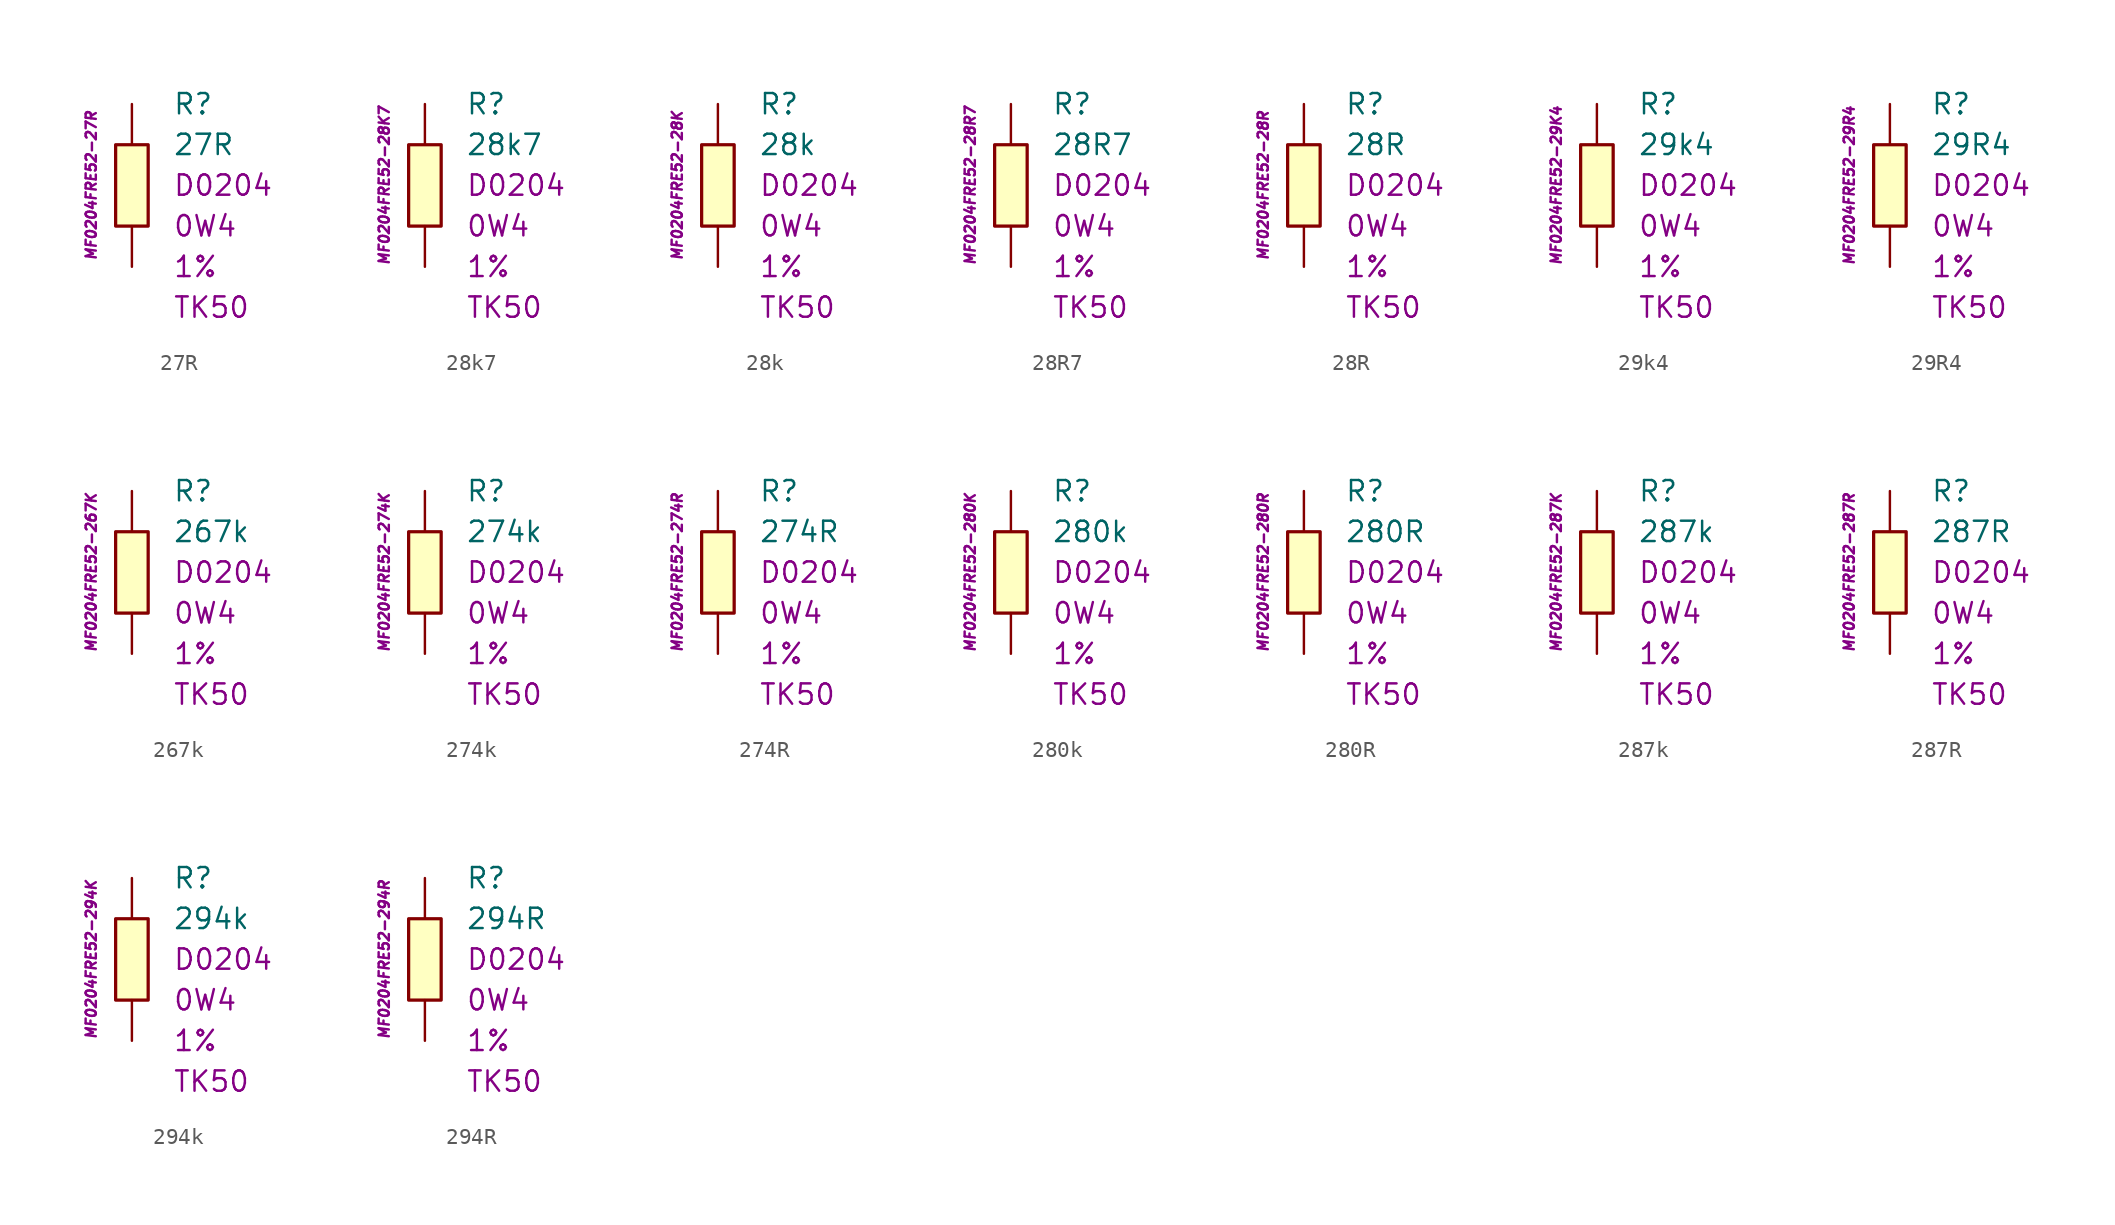
<source format=kicad_sym>
(kicad_symbol_lib
  (version 20201005)
  (generator kicad_symbol_editor)
  (symbol "27R"
    (pin_numbers hide)
    (pin_names
      (offset 1.016) hide)
    (property "Reference" "R"
      (at 2.54 5.08 0)
      (effects (font (size 1.27 1.27)) (justify left)))
    (property "Value" "27R"
      (at 2.54 2.54 0)
      (effects (font (size 1.27 1.27)) (justify left)))
    (property "Package" "D0204"
      (at 2.54 0 0)
      (effects (font (size 1.27 1.27)) (justify left)))
    (property "Power" "0W4"
      (at 2.54 -2.54 0)
      (effects (font (size 1.27 1.27)) (justify left)))
    (property "Tolerance" "1%"
      (at 2.54 -5.08 0)
      (effects (font (size 1.27 1.27)) (justify left)))
    (property "TK" "TK50"
      (at 2.54 -7.62 0)
      (effects (font (size 1.27 1.27)) (justify left)))
    (property "ID" "MF0204FRE52-27R"
      (at -2.54 0 90)
      (effects (font (size 0.635 0.635) italic)))
    (symbol "27R_0_1"
      (rectangle (start -1.016 2.54) (end 1.016 -2.54) (stroke (width 0.203)) (fill (type background))))
    (symbol "27R_1_1"
      (pin passive line (at 0 5.08 270) (length 2.54) (name "~" (effects (font (size 1.778 1.778)))) (number "1" (effects (font (size 1.778 1.778)))))
      (pin passive line (at 0 -5.08 90) (length 2.54) (name "~" (effects (font (size 1.778 1.778)))) (number "2" (effects (font (size 1.778 1.778)))))))
  (symbol "28k7"
    (pin_numbers hide)
    (pin_names
      (offset 1.016) hide)
    (property "Reference" "R"
      (at 2.54 5.08 0)
      (effects (font (size 1.27 1.27)) (justify left)))
    (property "Value" "28k7"
      (at 2.54 2.54 0)
      (effects (font (size 1.27 1.27)) (justify left)))
    (property "Package" "D0204"
      (at 2.54 0 0)
      (effects (font (size 1.27 1.27)) (justify left)))
    (property "Power" "0W4"
      (at 2.54 -2.54 0)
      (effects (font (size 1.27 1.27)) (justify left)))
    (property "Tolerance" "1%"
      (at 2.54 -5.08 0)
      (effects (font (size 1.27 1.27)) (justify left)))
    (property "TK" "TK50"
      (at 2.54 -7.62 0)
      (effects (font (size 1.27 1.27)) (justify left)))
    (property "ID" "MF0204FRE52-28K7"
      (at -2.54 0 90)
      (effects (font (size 0.635 0.635) italic)))
    (symbol "28k7_0_1"
      (rectangle (start -1.016 2.54) (end 1.016 -2.54) (stroke (width 0.203)) (fill (type background))))
    (symbol "28k7_1_1"
      (pin passive line (at 0 5.08 270) (length 2.54) (name "~" (effects (font (size 1.778 1.778)))) (number "1" (effects (font (size 1.778 1.778)))))
      (pin passive line (at 0 -5.08 90) (length 2.54) (name "~" (effects (font (size 1.778 1.778)))) (number "2" (effects (font (size 1.778 1.778)))))))
  (symbol "28k"
    (pin_numbers hide)
    (pin_names
      (offset 1.016) hide)
    (property "Reference" "R"
      (at 2.54 5.08 0)
      (effects (font (size 1.27 1.27)) (justify left)))
    (property "Value" "28k"
      (at 2.54 2.54 0)
      (effects (font (size 1.27 1.27)) (justify left)))
    (property "Package" "D0204"
      (at 2.54 0 0)
      (effects (font (size 1.27 1.27)) (justify left)))
    (property "Power" "0W4"
      (at 2.54 -2.54 0)
      (effects (font (size 1.27 1.27)) (justify left)))
    (property "Tolerance" "1%"
      (at 2.54 -5.08 0)
      (effects (font (size 1.27 1.27)) (justify left)))
    (property "TK" "TK50"
      (at 2.54 -7.62 0)
      (effects (font (size 1.27 1.27)) (justify left)))
    (property "ID" "MF0204FRE52-28K"
      (at -2.54 0 90)
      (effects (font (size 0.635 0.635) italic)))
    (symbol "28k_0_1"
      (rectangle (start -1.016 2.54) (end 1.016 -2.54) (stroke (width 0.203)) (fill (type background))))
    (symbol "28k_1_1"
      (pin passive line (at 0 5.08 270) (length 2.54) (name "~" (effects (font (size 1.778 1.778)))) (number "1" (effects (font (size 1.778 1.778)))))
      (pin passive line (at 0 -5.08 90) (length 2.54) (name "~" (effects (font (size 1.778 1.778)))) (number "2" (effects (font (size 1.778 1.778)))))))
  (symbol "28R7"
    (pin_numbers hide)
    (pin_names
      (offset 1.016) hide)
    (property "Reference" "R"
      (at 2.54 5.08 0)
      (effects (font (size 1.27 1.27)) (justify left)))
    (property "Value" "28R7"
      (at 2.54 2.54 0)
      (effects (font (size 1.27 1.27)) (justify left)))
    (property "Package" "D0204"
      (at 2.54 0 0)
      (effects (font (size 1.27 1.27)) (justify left)))
    (property "Power" "0W4"
      (at 2.54 -2.54 0)
      (effects (font (size 1.27 1.27)) (justify left)))
    (property "Tolerance" "1%"
      (at 2.54 -5.08 0)
      (effects (font (size 1.27 1.27)) (justify left)))
    (property "TK" "TK50"
      (at 2.54 -7.62 0)
      (effects (font (size 1.27 1.27)) (justify left)))
    (property "ID" "MF0204FRE52-28R7"
      (at -2.54 0 90)
      (effects (font (size 0.635 0.635) italic)))
    (symbol "28R7_0_1"
      (rectangle (start -1.016 2.54) (end 1.016 -2.54) (stroke (width 0.203)) (fill (type background))))
    (symbol "28R7_1_1"
      (pin passive line (at 0 5.08 270) (length 2.54) (name "~" (effects (font (size 1.778 1.778)))) (number "1" (effects (font (size 1.778 1.778)))))
      (pin passive line (at 0 -5.08 90) (length 2.54) (name "~" (effects (font (size 1.778 1.778)))) (number "2" (effects (font (size 1.778 1.778)))))))
  (symbol "28R"
    (pin_numbers hide)
    (pin_names
      (offset 1.016) hide)
    (property "Reference" "R"
      (at 2.54 5.08 0)
      (effects (font (size 1.27 1.27)) (justify left)))
    (property "Value" "28R"
      (at 2.54 2.54 0)
      (effects (font (size 1.27 1.27)) (justify left)))
    (property "Package" "D0204"
      (at 2.54 0 0)
      (effects (font (size 1.27 1.27)) (justify left)))
    (property "Power" "0W4"
      (at 2.54 -2.54 0)
      (effects (font (size 1.27 1.27)) (justify left)))
    (property "Tolerance" "1%"
      (at 2.54 -5.08 0)
      (effects (font (size 1.27 1.27)) (justify left)))
    (property "TK" "TK50"
      (at 2.54 -7.62 0)
      (effects (font (size 1.27 1.27)) (justify left)))
    (property "ID" "MF0204FRE52-28R"
      (at -2.54 0 90)
      (effects (font (size 0.635 0.635) italic)))
    (symbol "28R_0_1"
      (rectangle (start -1.016 2.54) (end 1.016 -2.54) (stroke (width 0.203)) (fill (type background))))
    (symbol "28R_1_1"
      (pin passive line (at 0 5.08 270) (length 2.54) (name "~" (effects (font (size 1.778 1.778)))) (number "1" (effects (font (size 1.778 1.778)))))
      (pin passive line (at 0 -5.08 90) (length 2.54) (name "~" (effects (font (size 1.778 1.778)))) (number "2" (effects (font (size 1.778 1.778)))))))
  (symbol "29k4"
    (pin_numbers hide)
    (pin_names
      (offset 1.016) hide)
    (property "Reference" "R"
      (at 2.54 5.08 0)
      (effects (font (size 1.27 1.27)) (justify left)))
    (property "Value" "29k4"
      (at 2.54 2.54 0)
      (effects (font (size 1.27 1.27)) (justify left)))
    (property "Package" "D0204"
      (at 2.54 0 0)
      (effects (font (size 1.27 1.27)) (justify left)))
    (property "Power" "0W4"
      (at 2.54 -2.54 0)
      (effects (font (size 1.27 1.27)) (justify left)))
    (property "Tolerance" "1%"
      (at 2.54 -5.08 0)
      (effects (font (size 1.27 1.27)) (justify left)))
    (property "TK" "TK50"
      (at 2.54 -7.62 0)
      (effects (font (size 1.27 1.27)) (justify left)))
    (property "ID" "MF0204FRE52-29K4"
      (at -2.54 0 90)
      (effects (font (size 0.635 0.635) italic)))
    (symbol "29k4_0_1"
      (rectangle (start -1.016 2.54) (end 1.016 -2.54) (stroke (width 0.203)) (fill (type background))))
    (symbol "29k4_1_1"
      (pin passive line (at 0 5.08 270) (length 2.54) (name "~" (effects (font (size 1.778 1.778)))) (number "1" (effects (font (size 1.778 1.778)))))
      (pin passive line (at 0 -5.08 90) (length 2.54) (name "~" (effects (font (size 1.778 1.778)))) (number "2" (effects (font (size 1.778 1.778)))))))
  (symbol "29R4"
    (pin_numbers hide)
    (pin_names
      (offset 1.016) hide)
    (property "Reference" "R"
      (at 2.54 5.08 0)
      (effects (font (size 1.27 1.27)) (justify left)))
    (property "Value" "29R4"
      (at 2.54 2.54 0)
      (effects (font (size 1.27 1.27)) (justify left)))
    (property "Package" "D0204"
      (at 2.54 0 0)
      (effects (font (size 1.27 1.27)) (justify left)))
    (property "Power" "0W4"
      (at 2.54 -2.54 0)
      (effects (font (size 1.27 1.27)) (justify left)))
    (property "Tolerance" "1%"
      (at 2.54 -5.08 0)
      (effects (font (size 1.27 1.27)) (justify left)))
    (property "TK" "TK50"
      (at 2.54 -7.62 0)
      (effects (font (size 1.27 1.27)) (justify left)))
    (property "ID" "MF0204FRE52-29R4"
      (at -2.54 0 90)
      (effects (font (size 0.635 0.635) italic)))
    (symbol "29R4_0_1"
      (rectangle (start -1.016 2.54) (end 1.016 -2.54) (stroke (width 0.203)) (fill (type background))))
    (symbol "29R4_1_1"
      (pin passive line (at 0 5.08 270) (length 2.54) (name "~" (effects (font (size 1.778 1.778)))) (number "1" (effects (font (size 1.778 1.778)))))
      (pin passive line (at 0 -5.08 90) (length 2.54) (name "~" (effects (font (size 1.778 1.778)))) (number "2" (effects (font (size 1.778 1.778)))))))
  (symbol "267k"
    (pin_numbers hide)
    (pin_names
      (offset 1.016) hide)
    (property "Reference" "R"
      (at 2.54 5.08 0)
      (effects (font (size 1.27 1.27)) (justify left)))
    (property "Value" "267k"
      (at 2.54 2.54 0)
      (effects (font (size 1.27 1.27)) (justify left)))
    (property "Package" "D0204"
      (at 2.54 0 0)
      (effects (font (size 1.27 1.27)) (justify left)))
    (property "Power" "0W4"
      (at 2.54 -2.54 0)
      (effects (font (size 1.27 1.27)) (justify left)))
    (property "Tolerance" "1%"
      (at 2.54 -5.08 0)
      (effects (font (size 1.27 1.27)) (justify left)))
    (property "TK" "TK50"
      (at 2.54 -7.62 0)
      (effects (font (size 1.27 1.27)) (justify left)))
    (property "ID" "MF0204FRE52-267K"
      (at -2.54 0 90)
      (effects (font (size 0.635 0.635) italic)))
    (symbol "267k_0_1"
      (rectangle (start -1.016 2.54) (end 1.016 -2.54) (stroke (width 0.203)) (fill (type background))))
    (symbol "267k_1_1"
      (pin passive line (at 0 5.08 270) (length 2.54) (name "~" (effects (font (size 1.778 1.778)))) (number "1" (effects (font (size 1.778 1.778)))))
      (pin passive line (at 0 -5.08 90) (length 2.54) (name "~" (effects (font (size 1.778 1.778)))) (number "2" (effects (font (size 1.778 1.778)))))))
  (symbol "274k"
    (pin_numbers hide)
    (pin_names
      (offset 1.016) hide)
    (property "Reference" "R"
      (at 2.54 5.08 0)
      (effects (font (size 1.27 1.27)) (justify left)))
    (property "Value" "274k"
      (at 2.54 2.54 0)
      (effects (font (size 1.27 1.27)) (justify left)))
    (property "Package" "D0204"
      (at 2.54 0 0)
      (effects (font (size 1.27 1.27)) (justify left)))
    (property "Power" "0W4"
      (at 2.54 -2.54 0)
      (effects (font (size 1.27 1.27)) (justify left)))
    (property "Tolerance" "1%"
      (at 2.54 -5.08 0)
      (effects (font (size 1.27 1.27)) (justify left)))
    (property "TK" "TK50"
      (at 2.54 -7.62 0)
      (effects (font (size 1.27 1.27)) (justify left)))
    (property "ID" "MF0204FRE52-274K"
      (at -2.54 0 90)
      (effects (font (size 0.635 0.635) italic)))
    (symbol "274k_0_1"
      (rectangle (start -1.016 2.54) (end 1.016 -2.54) (stroke (width 0.203)) (fill (type background))))
    (symbol "274k_1_1"
      (pin passive line (at 0 5.08 270) (length 2.54) (name "~" (effects (font (size 1.778 1.778)))) (number "1" (effects (font (size 1.778 1.778)))))
      (pin passive line (at 0 -5.08 90) (length 2.54) (name "~" (effects (font (size 1.778 1.778)))) (number "2" (effects (font (size 1.778 1.778)))))))
  (symbol "274R"
    (pin_numbers hide)
    (pin_names
      (offset 1.016) hide)
    (property "Reference" "R"
      (at 2.54 5.08 0)
      (effects (font (size 1.27 1.27)) (justify left)))
    (property "Value" "274R"
      (at 2.54 2.54 0)
      (effects (font (size 1.27 1.27)) (justify left)))
    (property "Package" "D0204"
      (at 2.54 0 0)
      (effects (font (size 1.27 1.27)) (justify left)))
    (property "Power" "0W4"
      (at 2.54 -2.54 0)
      (effects (font (size 1.27 1.27)) (justify left)))
    (property "Tolerance" "1%"
      (at 2.54 -5.08 0)
      (effects (font (size 1.27 1.27)) (justify left)))
    (property "TK" "TK50"
      (at 2.54 -7.62 0)
      (effects (font (size 1.27 1.27)) (justify left)))
    (property "ID" "MF0204FRE52-274R"
      (at -2.54 0 90)
      (effects (font (size 0.635 0.635) italic)))
    (symbol "274R_0_1"
      (rectangle (start -1.016 2.54) (end 1.016 -2.54) (stroke (width 0.203)) (fill (type background))))
    (symbol "274R_1_1"
      (pin passive line (at 0 5.08 270) (length 2.54) (name "~" (effects (font (size 1.778 1.778)))) (number "1" (effects (font (size 1.778 1.778)))))
      (pin passive line (at 0 -5.08 90) (length 2.54) (name "~" (effects (font (size 1.778 1.778)))) (number "2" (effects (font (size 1.778 1.778)))))))
  (symbol "280k"
    (pin_numbers hide)
    (pin_names
      (offset 1.016) hide)
    (property "Reference" "R"
      (at 2.54 5.08 0)
      (effects (font (size 1.27 1.27)) (justify left)))
    (property "Value" "280k"
      (at 2.54 2.54 0)
      (effects (font (size 1.27 1.27)) (justify left)))
    (property "Package" "D0204"
      (at 2.54 0 0)
      (effects (font (size 1.27 1.27)) (justify left)))
    (property "Power" "0W4"
      (at 2.54 -2.54 0)
      (effects (font (size 1.27 1.27)) (justify left)))
    (property "Tolerance" "1%"
      (at 2.54 -5.08 0)
      (effects (font (size 1.27 1.27)) (justify left)))
    (property "TK" "TK50"
      (at 2.54 -7.62 0)
      (effects (font (size 1.27 1.27)) (justify left)))
    (property "ID" "MF0204FRE52-280K"
      (at -2.54 0 90)
      (effects (font (size 0.635 0.635) italic)))
    (symbol "280k_0_1"
      (rectangle (start -1.016 2.54) (end 1.016 -2.54) (stroke (width 0.203)) (fill (type background))))
    (symbol "280k_1_1"
      (pin passive line (at 0 5.08 270) (length 2.54) (name "~" (effects (font (size 1.778 1.778)))) (number "1" (effects (font (size 1.778 1.778)))))
      (pin passive line (at 0 -5.08 90) (length 2.54) (name "~" (effects (font (size 1.778 1.778)))) (number "2" (effects (font (size 1.778 1.778)))))))
  (symbol "280R"
    (pin_numbers hide)
    (pin_names
      (offset 1.016) hide)
    (property "Reference" "R"
      (at 2.54 5.08 0)
      (effects (font (size 1.27 1.27)) (justify left)))
    (property "Value" "280R"
      (at 2.54 2.54 0)
      (effects (font (size 1.27 1.27)) (justify left)))
    (property "Package" "D0204"
      (at 2.54 0 0)
      (effects (font (size 1.27 1.27)) (justify left)))
    (property "Power" "0W4"
      (at 2.54 -2.54 0)
      (effects (font (size 1.27 1.27)) (justify left)))
    (property "Tolerance" "1%"
      (at 2.54 -5.08 0)
      (effects (font (size 1.27 1.27)) (justify left)))
    (property "TK" "TK50"
      (at 2.54 -7.62 0)
      (effects (font (size 1.27 1.27)) (justify left)))
    (property "ID" "MF0204FRE52-280R"
      (at -2.54 0 90)
      (effects (font (size 0.635 0.635) italic)))
    (symbol "280R_0_1"
      (rectangle (start -1.016 2.54) (end 1.016 -2.54) (stroke (width 0.203)) (fill (type background))))
    (symbol "280R_1_1"
      (pin passive line (at 0 5.08 270) (length 2.54) (name "~" (effects (font (size 1.778 1.778)))) (number "1" (effects (font (size 1.778 1.778)))))
      (pin passive line (at 0 -5.08 90) (length 2.54) (name "~" (effects (font (size 1.778 1.778)))) (number "2" (effects (font (size 1.778 1.778)))))))
  (symbol "287k"
    (pin_numbers hide)
    (pin_names
      (offset 1.016) hide)
    (property "Reference" "R"
      (at 2.54 5.08 0)
      (effects (font (size 1.27 1.27)) (justify left)))
    (property "Value" "287k"
      (at 2.54 2.54 0)
      (effects (font (size 1.27 1.27)) (justify left)))
    (property "Package" "D0204"
      (at 2.54 0 0)
      (effects (font (size 1.27 1.27)) (justify left)))
    (property "Power" "0W4"
      (at 2.54 -2.54 0)
      (effects (font (size 1.27 1.27)) (justify left)))
    (property "Tolerance" "1%"
      (at 2.54 -5.08 0)
      (effects (font (size 1.27 1.27)) (justify left)))
    (property "TK" "TK50"
      (at 2.54 -7.62 0)
      (effects (font (size 1.27 1.27)) (justify left)))
    (property "ID" "MF0204FRE52-287K"
      (at -2.54 0 90)
      (effects (font (size 0.635 0.635) italic)))
    (symbol "287k_0_1"
      (rectangle (start -1.016 2.54) (end 1.016 -2.54) (stroke (width 0.203)) (fill (type background))))
    (symbol "287k_1_1"
      (pin passive line (at 0 5.08 270) (length 2.54) (name "~" (effects (font (size 1.778 1.778)))) (number "1" (effects (font (size 1.778 1.778)))))
      (pin passive line (at 0 -5.08 90) (length 2.54) (name "~" (effects (font (size 1.778 1.778)))) (number "2" (effects (font (size 1.778 1.778)))))))
  (symbol "287R"
    (pin_numbers hide)
    (pin_names
      (offset 1.016) hide)
    (property "Reference" "R"
      (at 2.54 5.08 0)
      (effects (font (size 1.27 1.27)) (justify left)))
    (property "Value" "287R"
      (at 2.54 2.54 0)
      (effects (font (size 1.27 1.27)) (justify left)))
    (property "Package" "D0204"
      (at 2.54 0 0)
      (effects (font (size 1.27 1.27)) (justify left)))
    (property "Power" "0W4"
      (at 2.54 -2.54 0)
      (effects (font (size 1.27 1.27)) (justify left)))
    (property "Tolerance" "1%"
      (at 2.54 -5.08 0)
      (effects (font (size 1.27 1.27)) (justify left)))
    (property "TK" "TK50"
      (at 2.54 -7.62 0)
      (effects (font (size 1.27 1.27)) (justify left)))
    (property "ID" "MF0204FRE52-287R"
      (at -2.54 0 90)
      (effects (font (size 0.635 0.635) italic)))
    (symbol "287R_0_1"
      (rectangle (start -1.016 2.54) (end 1.016 -2.54) (stroke (width 0.203)) (fill (type background))))
    (symbol "287R_1_1"
      (pin passive line (at 0 5.08 270) (length 2.54) (name "~" (effects (font (size 1.778 1.778)))) (number "1" (effects (font (size 1.778 1.778)))))
      (pin passive line (at 0 -5.08 90) (length 2.54) (name "~" (effects (font (size 1.778 1.778)))) (number "2" (effects (font (size 1.778 1.778)))))))
  (symbol "294k"
    (pin_numbers hide)
    (pin_names
      (offset 1.016) hide)
    (property "Reference" "R"
      (at 2.54 5.08 0)
      (effects (font (size 1.27 1.27)) (justify left)))
    (property "Value" "294k"
      (at 2.54 2.54 0)
      (effects (font (size 1.27 1.27)) (justify left)))
    (property "Package" "D0204"
      (at 2.54 0 0)
      (effects (font (size 1.27 1.27)) (justify left)))
    (property "Power" "0W4"
      (at 2.54 -2.54 0)
      (effects (font (size 1.27 1.27)) (justify left)))
    (property "Tolerance" "1%"
      (at 2.54 -5.08 0)
      (effects (font (size 1.27 1.27)) (justify left)))
    (property "TK" "TK50"
      (at 2.54 -7.62 0)
      (effects (font (size 1.27 1.27)) (justify left)))
    (property "ID" "MF0204FRE52-294K"
      (at -2.54 0 90)
      (effects (font (size 0.635 0.635) italic)))
    (symbol "294k_0_1"
      (rectangle (start -1.016 2.54) (end 1.016 -2.54) (stroke (width 0.203)) (fill (type background))))
    (symbol "294k_1_1"
      (pin passive line (at 0 5.08 270) (length 2.54) (name "~" (effects (font (size 1.778 1.778)))) (number "1" (effects (font (size 1.778 1.778)))))
      (pin passive line (at 0 -5.08 90) (length 2.54) (name "~" (effects (font (size 1.778 1.778)))) (number "2" (effects (font (size 1.778 1.778)))))))
  (symbol "294R"
    (pin_numbers hide)
    (pin_names
      (offset 1.016) hide)
    (property "Reference" "R"
      (at 2.54 5.08 0)
      (effects (font (size 1.27 1.27)) (justify left)))
    (property "Value" "294R"
      (at 2.54 2.54 0)
      (effects (font (size 1.27 1.27)) (justify left)))
    (property "Package" "D0204"
      (at 2.54 0 0)
      (effects (font (size 1.27 1.27)) (justify left)))
    (property "Power" "0W4"
      (at 2.54 -2.54 0)
      (effects (font (size 1.27 1.27)) (justify left)))
    (property "Tolerance" "1%"
      (at 2.54 -5.08 0)
      (effects (font (size 1.27 1.27)) (justify left)))
    (property "TK" "TK50"
      (at 2.54 -7.62 0)
      (effects (font (size 1.27 1.27)) (justify left)))
    (property "ID" "MF0204FRE52-294R"
      (at -2.54 0 90)
      (effects (font (size 0.635 0.635) italic)))
    (symbol "294R_0_1"
      (rectangle (start -1.016 2.54) (end 1.016 -2.54) (stroke (width 0.203)) (fill (type background))))
    (symbol "294R_1_1"
      (pin passive line (at 0 5.08 270) (length 2.54) (name "~" (effects (font (size 1.778 1.778)))) (number "1" (effects (font (size 1.778 1.778)))))
      (pin passive line (at 0 -5.08 90) (length 2.54) (name "~" (effects (font (size 1.778 1.778)))) (number "2" (effects (font (size 1.778 1.778))))))))
</source>
